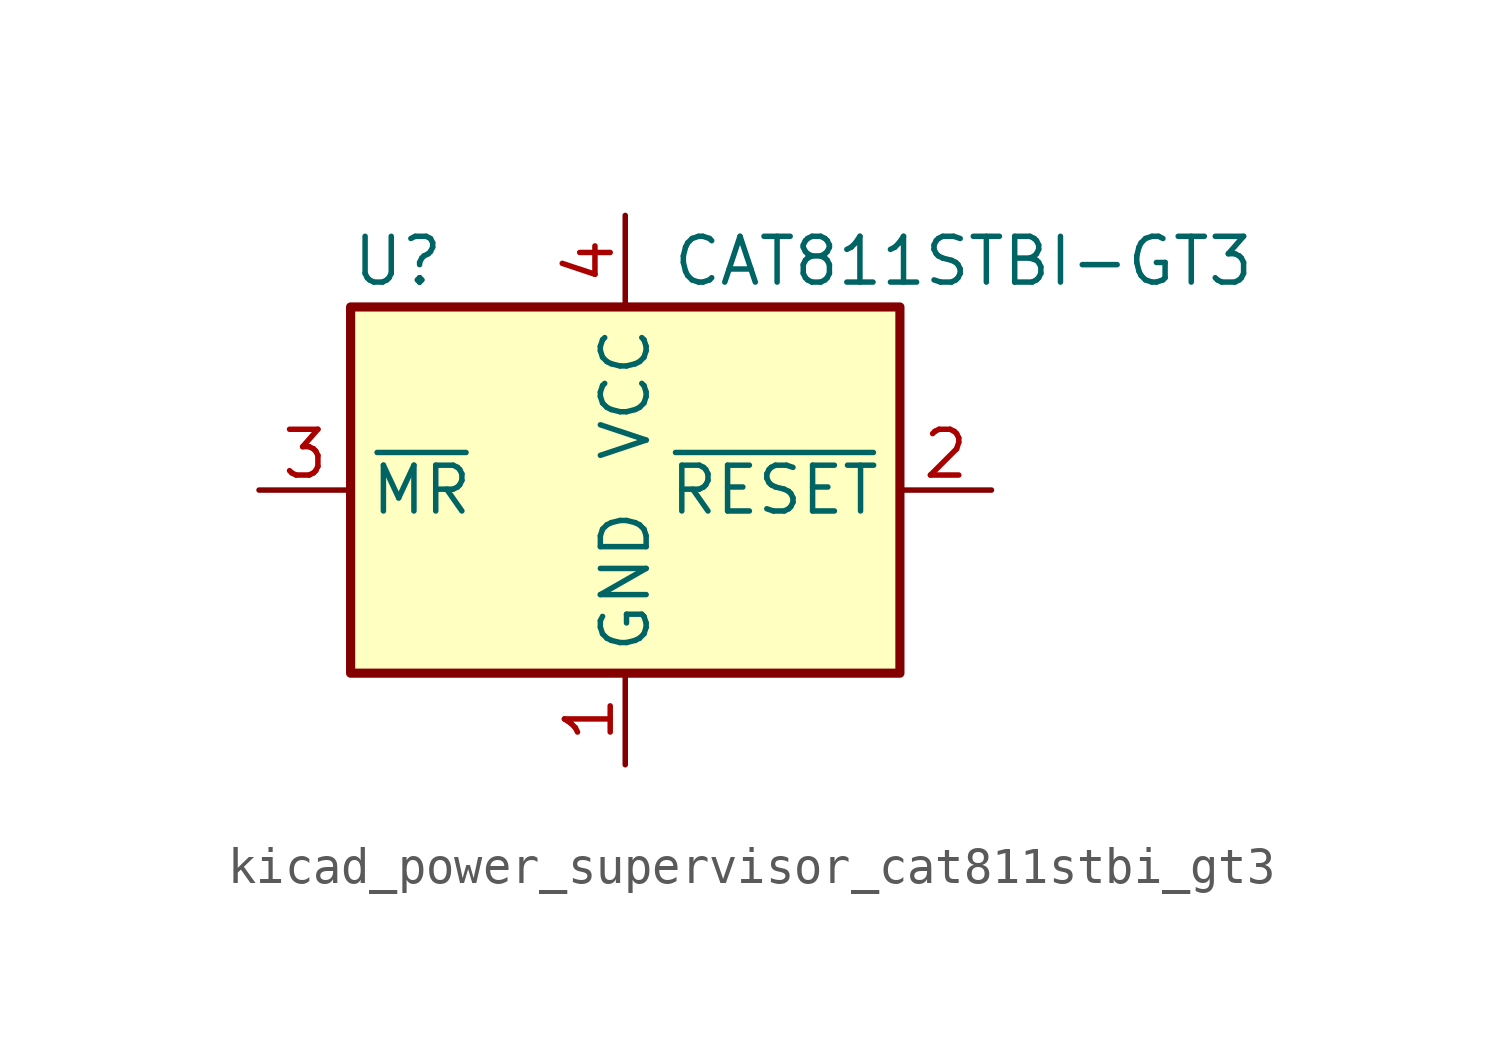
<source format=kicad_sym>
(kicad_symbol_lib
  (version 20220914)
  (generator kicad_symbol_editor)
  (symbol "kicad_power_supervisor_cat811stbi_gt3"
    (property "Reference" "U"
      (at -7.62 6.35 0)
      (effects (font (size 1.27 1.27)) (justify left)))
    (property "Value" "CAT811STBI-GT3"
      (at 1.27 6.35 0)
      (effects (font (size 1.27 1.27)) (justify left)))
    (symbol "kicad_power_supervisor_cat811stbi_gt3_0_1"
      (rectangle (start -7.62 5.08) (end 7.62 -5.08) (stroke (width 0.254) (type default)) (fill (type background))))
    (symbol "kicad_power_supervisor_cat811stbi_gt3_1_1"
      (pin power_in line (at 0 -7.62 90) (length 2.54) (name "GND" (effects (font (size 1.27 1.27)))) (number "1" (effects (font (size 1.27 1.27)))))
      (pin output line (at 10.16 0 180) (length 2.54) (name "~{RESET}" (effects (font (size 1.27 1.27)))) (number "2" (effects (font (size 1.27 1.27)))))
      (pin input line (at -10.16 0 0) (length 2.54) (name "~{MR}" (effects (font (size 1.27 1.27)))) (number "3" (effects (font (size 1.27 1.27)))))
      (pin power_in line (at 0 7.62 270) (length 2.54) (name "VCC" (effects (font (size 1.27 1.27)))) (number "4" (effects (font (size 1.27 1.27))))))))
</source>
